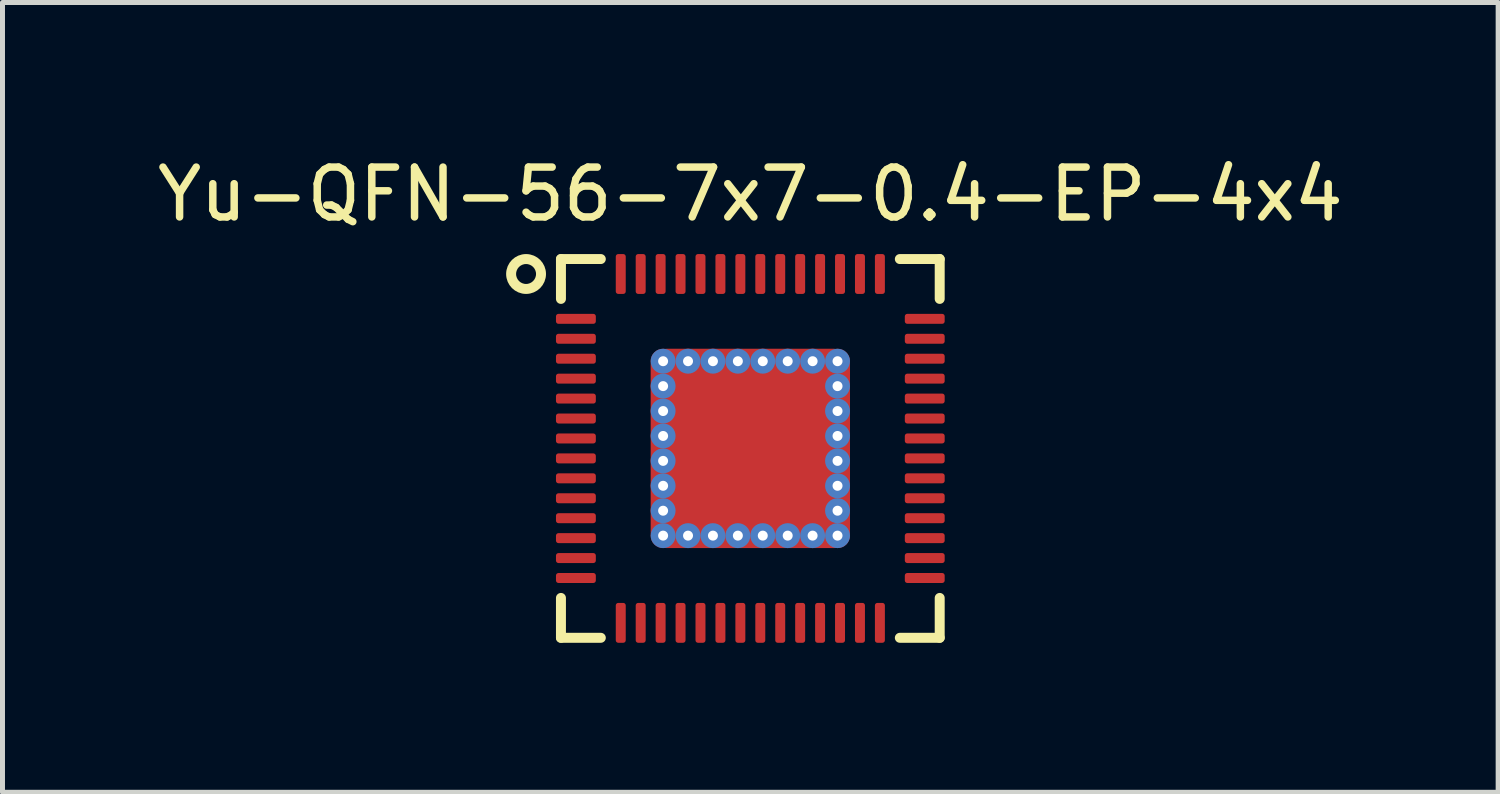
<source format=kicad_pcb>
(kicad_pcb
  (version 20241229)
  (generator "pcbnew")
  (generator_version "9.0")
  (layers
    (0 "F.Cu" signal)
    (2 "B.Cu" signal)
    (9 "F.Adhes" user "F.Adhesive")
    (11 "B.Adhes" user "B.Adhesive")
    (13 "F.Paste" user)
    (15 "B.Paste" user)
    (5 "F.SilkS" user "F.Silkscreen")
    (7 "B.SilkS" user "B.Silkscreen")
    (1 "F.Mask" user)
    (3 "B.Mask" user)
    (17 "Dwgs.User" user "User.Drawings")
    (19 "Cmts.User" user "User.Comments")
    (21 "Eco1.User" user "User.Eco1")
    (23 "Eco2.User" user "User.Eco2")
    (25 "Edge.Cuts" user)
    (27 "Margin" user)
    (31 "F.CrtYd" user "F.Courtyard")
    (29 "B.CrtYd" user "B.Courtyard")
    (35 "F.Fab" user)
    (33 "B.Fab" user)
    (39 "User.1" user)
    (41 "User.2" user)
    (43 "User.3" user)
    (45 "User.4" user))
  (footprint "Yu-QFN-56-7x7-0.4-EP-4x4"
    (layer "F.Cu")
    (at 12.006 5.948)
    (property "Reference" "Yu-QFN-56-7x7-0.4-EP-4x4" (at 0 -5.1 0) (layer "F.SilkS") (effects (font (size 1 1) (thickness 0.15))))
    (attr smd)
    (fp_line (start -3.8 -3) (end -3.8 -3.8) (stroke (width 0.2) (type default)) (layer "F.SilkS"))
    (fp_line (start -3.8 3) (end -3.8 3.8) (stroke (width 0.2) (type default)) (layer "F.SilkS"))
    (fp_line (start -3 -3.8) (end -3.8 -3.8) (stroke (width 0.2) (type default)) (layer "F.SilkS"))
    (fp_line (start -3 3.8) (end -3.8 3.8) (stroke (width 0.2) (type default)) (layer "F.SilkS"))
    (fp_line (start 3 -3.8) (end 3.8 -3.8) (stroke (width 0.2) (type default)) (layer "F.SilkS"))
    (fp_line (start 3 3.8) (end 3.8 3.8) (stroke (width 0.2) (type default)) (layer "F.SilkS"))
    (fp_line (start 3.8 -3) (end 3.8 -3.8) (stroke (width 0.2) (type default)) (layer "F.SilkS"))
    (fp_line (start 3.8 3) (end 3.8 3.8) (stroke (width 0.2) (type default)) (layer "F.SilkS"))
    (fp_circle (center -4.5 -3.5) (end -4.2 -3.5) (stroke (width 0.2) (type default)) (fill no) (layer "F.SilkS"))
    (pad "" smd roundrect (at 0 0) (size 3 3) (layers "F.Paste") (roundrect_rratio 0.25))
    (pad "0" thru_hole circle (at -1.75 -1.75) (size 0.5 0.5) (drill 0.2) (layers "*.Cu"))
    (pad "0" thru_hole circle (at -1.75 -1.25) (size 0.5 0.5) (drill 0.2) (layers "*.Cu"))
    (pad "0" thru_hole circle (at -1.75 -0.75) (size 0.5 0.5) (drill 0.2) (layers "*.Cu"))
    (pad "0" thru_hole circle (at -1.75 -0.25) (size 0.5 0.5) (drill 0.2) (layers "*.Cu"))
    (pad "0" thru_hole circle (at -1.75 0.25) (size 0.5 0.5) (drill 0.2) (layers "*.Cu"))
    (pad "0" thru_hole circle (at -1.75 0.75) (size 0.5 0.5) (drill 0.2) (layers "*.Cu"))
    (pad "0" thru_hole circle (at -1.75 1.25) (size 0.5 0.5) (drill 0.2) (layers "*.Cu"))
    (pad "0" thru_hole circle (at -1.75 1.75) (size 0.5 0.5) (drill 0.2) (layers "*.Cu"))
    (pad "0" thru_hole circle (at -1.25 -1.75) (size 0.5 0.5) (drill 0.2) (layers "*.Cu"))
    (pad "0" thru_hole circle (at -1.25 1.75) (size 0.5 0.5) (drill 0.2) (layers "*.Cu"))
    (pad "0" thru_hole circle (at -0.75 -1.75) (size 0.5 0.5) (drill 0.2) (layers "*.Cu"))
    (pad "0" thru_hole circle (at -0.75 1.75) (size 0.5 0.5) (drill 0.2) (layers "*.Cu"))
    (pad "0" thru_hole circle (at -0.25 -1.75) (size 0.5 0.5) (drill 0.2) (layers "*.Cu"))
    (pad "0" thru_hole circle (at -0.25 1.75) (size 0.5 0.5) (drill 0.2) (layers "*.Cu"))
    (pad "0" smd roundrect (at 0 0) (size 4 4) (layers "F.Cu" "F.Mask") (roundrect_rratio 0.08))
    (pad "0" thru_hole circle (at 0.25 -1.75) (size 0.5 0.5) (drill 0.2) (layers "*.Cu"))
    (pad "0" thru_hole circle (at 0.25 1.75) (size 0.5 0.5) (drill 0.2) (layers "*.Cu"))
    (pad "0" thru_hole circle (at 0.75 -1.75) (size 0.5 0.5) (drill 0.2) (layers "*.Cu"))
    (pad "0" thru_hole circle (at 0.75 1.75) (size 0.5 0.5) (drill 0.2) (layers "*.Cu"))
    (pad "0" thru_hole circle (at 1.25 -1.75) (size 0.5 0.5) (drill 0.2) (layers "*.Cu"))
    (pad "0" thru_hole circle (at 1.25 1.75) (size 0.5 0.5) (drill 0.2) (layers "*.Cu"))
    (pad "0" thru_hole circle (at 1.75 -1.75) (size 0.5 0.5) (drill 0.2) (layers "*.Cu"))
    (pad "0" thru_hole circle (at 1.75 -1.25) (size 0.5 0.5) (drill 0.2) (layers "*.Cu"))
    (pad "0" thru_hole circle (at 1.75 -0.75) (size 0.5 0.5) (drill 0.2) (layers "*.Cu"))
    (pad "0" thru_hole circle (at 1.75 -0.25) (size 0.5 0.5) (drill 0.2) (layers "*.Cu"))
    (pad "0" thru_hole circle (at 1.75 0.25) (size 0.5 0.5) (drill 0.2) (layers "*.Cu"))
    (pad "0" thru_hole circle (at 1.75 0.75) (size 0.5 0.5) (drill 0.2) (layers "*.Cu"))
    (pad "0" thru_hole circle (at 1.75 1.25) (size 0.5 0.5) (drill 0.2) (layers "*.Cu"))
    (pad "0" thru_hole circle (at 1.75 1.75) (size 0.5 0.5) (drill 0.2) (layers "*.Cu"))
    (pad "1" smd roundrect (at -3.5 -2.6 90) (size 0.2 0.8) (layers "F.Cu" "F.Mask" "F.Paste") (roundrect_rratio 0.25))
    (pad "2" smd roundrect (at -3.5 -2.2 90) (size 0.2 0.8) (layers "F.Cu" "F.Mask" "F.Paste") (roundrect_rratio 0.25))
    (pad "3" smd roundrect (at -3.5 -1.8 90) (size 0.2 0.8) (layers "F.Cu" "F.Mask" "F.Paste") (roundrect_rratio 0.25))
    (pad "4" smd roundrect (at -3.5 -1.4 90) (size 0.2 0.8) (layers "F.Cu" "F.Mask" "F.Paste") (roundrect_rratio 0.25))
    (pad "5" smd roundrect (at -3.5 -1 90) (size 0.2 0.8) (layers "F.Cu" "F.Mask" "F.Paste") (roundrect_rratio 0.25))
    (pad "6" smd roundrect (at -3.5 -0.6 90) (size 0.2 0.8) (layers "F.Cu" "F.Mask" "F.Paste") (roundrect_rratio 0.25))
    (pad "7" smd roundrect (at -3.5 -0.2 90) (size 0.2 0.8) (layers "F.Cu" "F.Mask" "F.Paste") (roundrect_rratio 0.25))
    (pad "8" smd roundrect (at -3.5 0.2 90) (size 0.2 0.8) (layers "F.Cu" "F.Mask" "F.Paste") (roundrect_rratio 0.25))
    (pad "9" smd roundrect (at -3.5 0.6 90) (size 0.2 0.8) (layers "F.Cu" "F.Mask" "F.Paste") (roundrect_rratio 0.25))
    (pad "10" smd roundrect (at -3.5 1 90) (size 0.2 0.8) (layers "F.Cu" "F.Mask" "F.Paste") (roundrect_rratio 0.25))
    (pad "11" smd roundrect (at -3.5 1.4 90) (size 0.2 0.8) (layers "F.Cu" "F.Mask" "F.Paste") (roundrect_rratio 0.25))
    (pad "12" smd roundrect (at -3.5 1.8 90) (size 0.2 0.8) (layers "F.Cu" "F.Mask" "F.Paste") (roundrect_rratio 0.25))
    (pad "13" smd roundrect (at -3.5 2.2 90) (size 0.2 0.8) (layers "F.Cu" "F.Mask" "F.Paste") (roundrect_rratio 0.25))
    (pad "14" smd roundrect (at -3.5 2.6 90) (size 0.2 0.8) (layers "F.Cu" "F.Mask" "F.Paste") (roundrect_rratio 0.25))
    (pad "15" smd roundrect (at -2.6 3.5) (size 0.2 0.8) (layers "F.Cu" "F.Mask" "F.Paste") (roundrect_rratio 0.25))
    (pad "16" smd roundrect (at -2.2 3.5) (size 0.2 0.8) (layers "F.Cu" "F.Mask" "F.Paste") (roundrect_rratio 0.25))
    (pad "17" smd roundrect (at -1.8 3.5) (size 0.2 0.8) (layers "F.Cu" "F.Mask" "F.Paste") (roundrect_rratio 0.25))
    (pad "18" smd roundrect (at -1.4 3.5) (size 0.2 0.8) (layers "F.Cu" "F.Mask" "F.Paste") (roundrect_rratio 0.25))
    (pad "19" smd roundrect (at -1 3.5) (size 0.2 0.8) (layers "F.Cu" "F.Mask" "F.Paste") (roundrect_rratio 0.25))
    (pad "20" smd roundrect (at -0.6 3.5) (size 0.2 0.8) (layers "F.Cu" "F.Mask" "F.Paste") (roundrect_rratio 0.25))
    (pad "21" smd roundrect (at -0.2 3.5) (size 0.2 0.8) (layers "F.Cu" "F.Mask" "F.Paste") (roundrect_rratio 0.25))
    (pad "22" smd roundrect (at 0.2 3.5) (size 0.2 0.8) (layers "F.Cu" "F.Mask" "F.Paste") (roundrect_rratio 0.25))
    (pad "23" smd roundrect (at 0.6 3.5) (size 0.2 0.8) (layers "F.Cu" "F.Mask" "F.Paste") (roundrect_rratio 0.25))
    (pad "24" smd roundrect (at 1 3.5) (size 0.2 0.8) (layers "F.Cu" "F.Mask" "F.Paste") (roundrect_rratio 0.25))
    (pad "25" smd roundrect (at 1.4 3.5) (size 0.2 0.8) (layers "F.Cu" "F.Mask" "F.Paste") (roundrect_rratio 0.25))
    (pad "26" smd roundrect (at 1.8 3.5) (size 0.2 0.8) (layers "F.Cu" "F.Mask" "F.Paste") (roundrect_rratio 0.25))
    (pad "27" smd roundrect (at 2.2 3.5) (size 0.2 0.8) (layers "F.Cu" "F.Mask" "F.Paste") (roundrect_rratio 0.25))
    (pad "28" smd roundrect (at 2.6 3.5) (size 0.2 0.8) (layers "F.Cu" "F.Mask" "F.Paste") (roundrect_rratio 0.25))
    (pad "29" smd roundrect (at 3.5 2.6 90) (size 0.2 0.8) (layers "F.Cu" "F.Mask" "F.Paste") (roundrect_rratio 0.25))
    (pad "30" smd roundrect (at 3.5 2.2 90) (size 0.2 0.8) (layers "F.Cu" "F.Mask" "F.Paste") (roundrect_rratio 0.25))
    (pad "31" smd roundrect (at 3.5 1.8 90) (size 0.2 0.8) (layers "F.Cu" "F.Mask" "F.Paste") (roundrect_rratio 0.25))
    (pad "32" smd roundrect (at 3.5 1.4 90) (size 0.2 0.8) (layers "F.Cu" "F.Mask" "F.Paste") (roundrect_rratio 0.25))
    (pad "33" smd roundrect (at 3.5 1 90) (size 0.2 0.8) (layers "F.Cu" "F.Mask" "F.Paste") (roundrect_rratio 0.25))
    (pad "34" smd roundrect (at 3.5 0.6 90) (size 0.2 0.8) (layers "F.Cu" "F.Mask" "F.Paste") (roundrect_rratio 0.25))
    (pad "35" smd roundrect (at 3.5 0.2 90) (size 0.2 0.8) (layers "F.Cu" "F.Mask" "F.Paste") (roundrect_rratio 0.25))
    (pad "36" smd roundrect (at 3.5 -0.2 90) (size 0.2 0.8) (layers "F.Cu" "F.Mask" "F.Paste") (roundrect_rratio 0.25))
    (pad "37" smd roundrect (at 3.5 -0.6 90) (size 0.2 0.8) (layers "F.Cu" "F.Mask" "F.Paste") (roundrect_rratio 0.25))
    (pad "38" smd roundrect (at 3.5 -1 90) (size 0.2 0.8) (layers "F.Cu" "F.Mask" "F.Paste") (roundrect_rratio 0.25))
    (pad "39" smd roundrect (at 3.5 -1.4 90) (size 0.2 0.8) (layers "F.Cu" "F.Mask" "F.Paste") (roundrect_rratio 0.25))
    (pad "40" smd roundrect (at 3.5 -1.8 90) (size 0.2 0.8) (layers "F.Cu" "F.Mask" "F.Paste") (roundrect_rratio 0.25))
    (pad "41" smd roundrect (at 3.5 -2.2 90) (size 0.2 0.8) (layers "F.Cu" "F.Mask" "F.Paste") (roundrect_rratio 0.25))
    (pad "42" smd roundrect (at 3.5 -2.6 90) (size 0.2 0.8) (layers "F.Cu" "F.Mask" "F.Paste") (roundrect_rratio 0.25))
    (pad "43" smd roundrect (at 2.6 -3.5) (size 0.2 0.8) (layers "F.Cu" "F.Mask" "F.Paste") (roundrect_rratio 0.25))
    (pad "44" smd roundrect (at 2.2 -3.5) (size 0.2 0.8) (layers "F.Cu" "F.Mask" "F.Paste") (roundrect_rratio 0.25))
    (pad "45" smd roundrect (at 1.8 -3.5) (size 0.2 0.8) (layers "F.Cu" "F.Mask" "F.Paste") (roundrect_rratio 0.25))
    (pad "46" smd roundrect (at 1.4 -3.5) (size 0.2 0.8) (layers "F.Cu" "F.Mask" "F.Paste") (roundrect_rratio 0.25))
    (pad "47" smd roundrect (at 1 -3.5) (size 0.2 0.8) (layers "F.Cu" "F.Mask" "F.Paste") (roundrect_rratio 0.25))
    (pad "48" smd roundrect (at 0.6 -3.5) (size 0.2 0.8) (layers "F.Cu" "F.Mask" "F.Paste") (roundrect_rratio 0.25))
    (pad "49" smd roundrect (at 0.2 -3.5) (size 0.2 0.8) (layers "F.Cu" "F.Mask" "F.Paste") (roundrect_rratio 0.25))
    (pad "50" smd roundrect (at -0.2 -3.5) (size 0.2 0.8) (layers "F.Cu" "F.Mask" "F.Paste") (roundrect_rratio 0.25))
    (pad "51" smd roundrect (at -0.6 -3.5) (size 0.2 0.8) (layers "F.Cu" "F.Mask" "F.Paste") (roundrect_rratio 0.25))
    (pad "52" smd roundrect (at -1 -3.5) (size 0.2 0.8) (layers "F.Cu" "F.Mask" "F.Paste") (roundrect_rratio 0.25))
    (pad "53" smd roundrect (at -1.4 -3.5) (size 0.2 0.8) (layers "F.Cu" "F.Mask" "F.Paste") (roundrect_rratio 0.25))
    (pad "54" smd roundrect (at -1.8 -3.5) (size 0.2 0.8) (layers "F.Cu" "F.Mask" "F.Paste") (roundrect_rratio 0.25))
    (pad "55" smd roundrect (at -2.2 -3.5) (size 0.2 0.8) (layers "F.Cu" "F.Mask" "F.Paste") (roundrect_rratio 0.25))
    (pad "56" smd roundrect (at -2.6 -3.5) (size 0.2 0.8) (layers "F.Cu" "F.Mask" "F.Paste") (roundrect_rratio 0.25))
    (zone (net_name "") (layer "F.Cu") (hatch edge 0.5) (connect_pads) (min_thickness 0.25) (filled_areas_thickness no) (keepout (tracks allowed) (vias allowed) (pads allowed) (copperpour not_allowed) (footprints allowed)) (placement (enabled no)) (fill) (polygon (pts (xy 9.306 3.248) (xy 9.306 8.648) (xy 14.706 8.648) (xy 14.706 3.248)))))
  (gr_rect
    (start -3 -3)
    (end 27.012 12.848)
    (stroke (width 0.1) (type default))
    (fill no)
    (layer "Edge.Cuts")))
</source>
